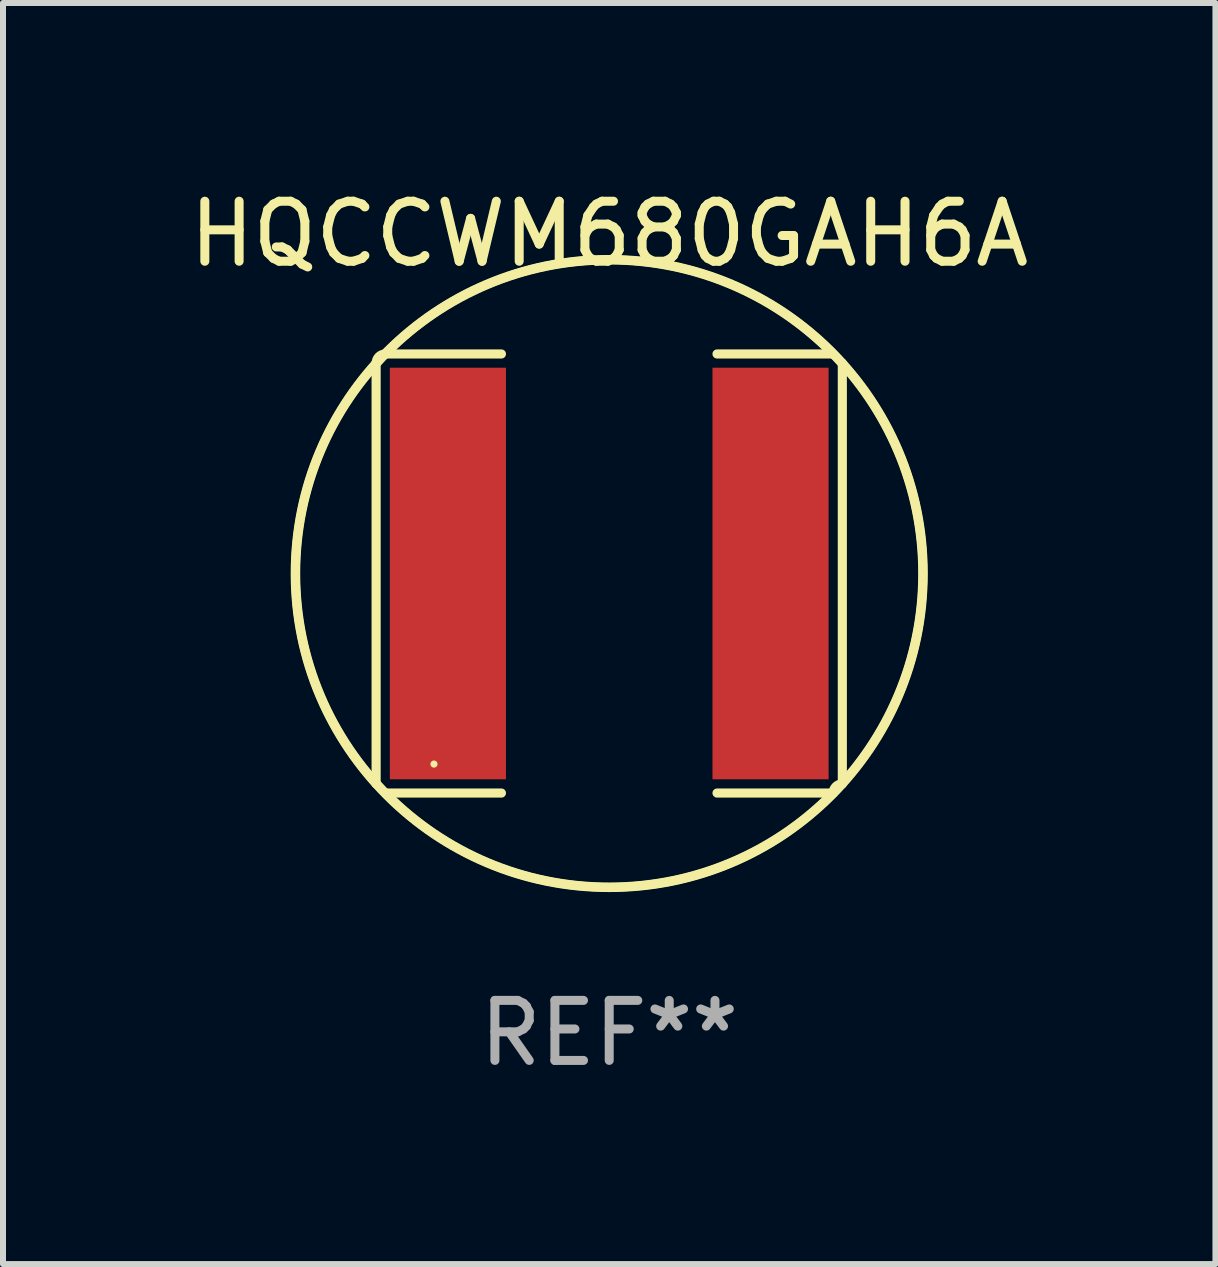
<source format=kicad_pcb>
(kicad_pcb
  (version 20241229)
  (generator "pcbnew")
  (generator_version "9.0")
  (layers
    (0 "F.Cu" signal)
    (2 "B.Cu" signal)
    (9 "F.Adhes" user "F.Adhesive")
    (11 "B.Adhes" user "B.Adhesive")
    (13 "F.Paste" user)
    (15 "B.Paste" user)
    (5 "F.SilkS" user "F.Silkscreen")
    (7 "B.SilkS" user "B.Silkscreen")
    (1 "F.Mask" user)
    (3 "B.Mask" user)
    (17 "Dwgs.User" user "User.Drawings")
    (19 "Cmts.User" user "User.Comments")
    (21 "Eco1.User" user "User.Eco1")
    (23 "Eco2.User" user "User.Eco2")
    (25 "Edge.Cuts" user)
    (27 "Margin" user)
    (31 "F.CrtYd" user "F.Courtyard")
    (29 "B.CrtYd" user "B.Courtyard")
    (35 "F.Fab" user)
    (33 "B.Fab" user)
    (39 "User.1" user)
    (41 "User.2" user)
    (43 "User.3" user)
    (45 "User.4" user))
  (footprint "HQCCWM680GAH6A"
    (layer "F.Cu")
    (at 7.101 6.506)
    (property "Reference" "HQCCWM680GAH6A" (at 0 -5.658 0) (layer "F.SilkS") (effects (font (size 1 1) (thickness 0.15))))
    (attr through_hole)
    (fp_line (start -3.884 -3.505) (end -3.884 3.505) (stroke (width 0.152) (type solid)) (layer "F.SilkS"))
    (fp_line (start -3.731 3.658) (end -1.796 3.658) (stroke (width 0.152) (type solid)) (layer "F.SilkS"))
    (fp_line (start -1.796 -3.658) (end -3.731 -3.658) (stroke (width 0.152) (type solid)) (layer "F.SilkS"))
    (fp_line (start 1.796 -3.658) (end 3.731 -3.658) (stroke (width 0.152) (type solid)) (layer "F.SilkS"))
    (fp_line (start 3.731 3.658) (end 1.796 3.658) (stroke (width 0.152) (type solid)) (layer "F.SilkS"))
    (fp_line (start 3.884 -3.505) (end 3.884 3.505) (stroke (width 0.152) (type solid)) (layer "F.SilkS"))
    (fp_arc (start -3.8836 -3.505199) (mid -3.838963 -3.612963) (end -3.731199 -3.6576) (stroke (width 0.1524) (type solid)) (layer "F.SilkS"))
    (fp_arc (start -3.883599 3.505199) (mid 3.883577 -3.505177) (end -3.883599 3.505199) (stroke (width 0.1524) (type solid)) (layer "F.SilkS"))
    (fp_arc (start 3.731198 3.6576) (mid 3.775835 3.549836) (end 3.883599 3.505199) (stroke (width 0.1524) (type solid)) (layer "F.SilkS"))
    (fp_arc (start 3.731199 -3.6576) (mid -3.731221 3.657622) (end 3.731199 -3.6576) (stroke (width 0.1524) (type solid)) (layer "F.SilkS"))
    (fp_circle (center -2.92 3.175) (end -2.89 3.175) (stroke (width 0.06) (type solid)) (fill no) (layer "F.SilkS"))
    (fp_text user "REF**" (at 0 7.658 0) (layer "F.Fab") (effects (font (size 1 1) (thickness 0.15))))
    (pad "1" smd rect (at -2.688 0) (size 1.935 6.858) (layers "F.Cu" "F.Mask" "F.Paste"))
    (pad "2" smd rect (at 2.688 0) (size 1.935 6.858) (layers "F.Cu" "F.Mask" "F.Paste")))
  (gr_rect
    (start -3 -3)
    (end 17.202 18.012)
    (stroke (width 0.1) (type default))
    (fill no)
    (layer "Edge.Cuts")))
</source>
